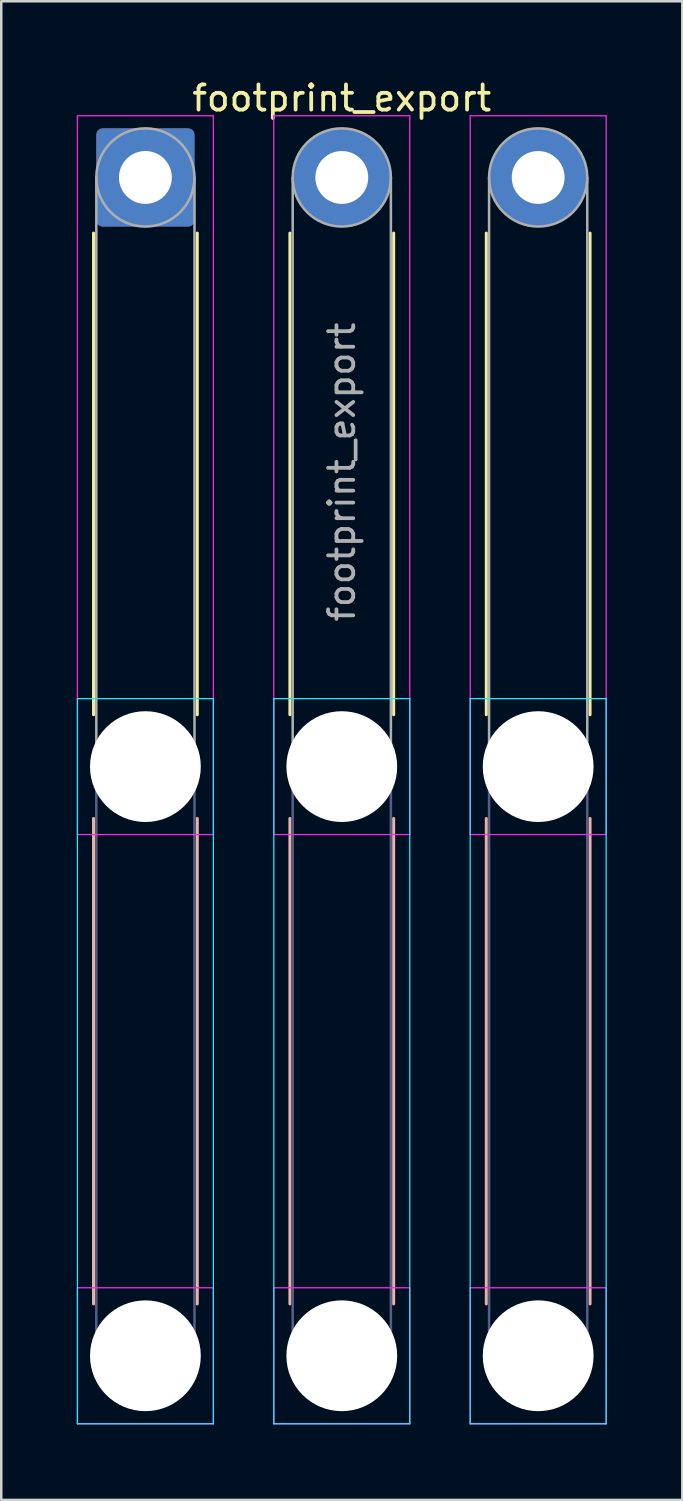
<source format=kicad_pcb>
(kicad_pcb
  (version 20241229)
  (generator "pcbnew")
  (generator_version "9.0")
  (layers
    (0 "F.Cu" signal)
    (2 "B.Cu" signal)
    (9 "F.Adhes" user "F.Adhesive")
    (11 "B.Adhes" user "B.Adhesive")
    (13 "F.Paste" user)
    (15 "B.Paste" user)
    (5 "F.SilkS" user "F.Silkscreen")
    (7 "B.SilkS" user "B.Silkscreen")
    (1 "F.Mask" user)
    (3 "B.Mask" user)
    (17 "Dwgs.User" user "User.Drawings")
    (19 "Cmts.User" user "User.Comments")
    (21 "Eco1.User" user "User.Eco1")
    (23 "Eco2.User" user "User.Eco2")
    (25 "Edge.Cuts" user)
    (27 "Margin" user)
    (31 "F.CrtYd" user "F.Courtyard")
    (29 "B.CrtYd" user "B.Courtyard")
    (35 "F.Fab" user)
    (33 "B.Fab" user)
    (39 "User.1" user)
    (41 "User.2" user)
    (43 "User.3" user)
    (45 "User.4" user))
  (footprint "footprint_export"
    (layer "F.Cu")
    (at 2.725 3.998)
    (property "Reference" "footprint_export" (at 7.8 -3.15 0) (layer "F.SilkS") (effects (font (size 1 1) (thickness 0.15))))
    (attr exclude_from_pos_files exclude_from_bom)
    (fp_line (start -2.06 2.21) (end -2.06 21.34) (stroke (width 0.12) (type solid)) (layer "F.SilkS"))
    (fp_line (start 2.06 2.21) (end 2.06 21.34) (stroke (width 0.12) (type solid)) (layer "F.SilkS"))
    (fp_line (start 5.74 2.21) (end 5.74 21.34) (stroke (width 0.12) (type solid)) (layer "F.SilkS"))
    (fp_line (start 9.86 2.21) (end 9.86 21.34) (stroke (width 0.12) (type solid)) (layer "F.SilkS"))
    (fp_line (start 13.54 2.21) (end 13.54 21.34) (stroke (width 0.12) (type solid)) (layer "F.SilkS"))
    (fp_line (start 17.66 2.21) (end 17.66 21.34) (stroke (width 0.12) (type solid)) (layer "F.SilkS"))
    (fp_line (start -2.06 25.46) (end -2.06 44.74) (stroke (width 0.12) (type solid)) (layer "B.SilkS"))
    (fp_line (start 2.06 25.46) (end 2.06 44.74) (stroke (width 0.12) (type solid)) (layer "B.SilkS"))
    (fp_line (start 5.74 25.46) (end 5.74 44.74) (stroke (width 0.12) (type solid)) (layer "B.SilkS"))
    (fp_line (start 9.86 25.46) (end 9.86 44.74) (stroke (width 0.12) (type solid)) (layer "B.SilkS"))
    (fp_line (start 13.54 25.46) (end 13.54 44.74) (stroke (width 0.12) (type solid)) (layer "B.SilkS"))
    (fp_line (start 17.66 25.46) (end 17.66 44.74) (stroke (width 0.12) (type solid)) (layer "B.SilkS"))
    (fp_line (start -2.7 20.7) (end -2.7 49.5) (stroke (width 0.05) (type solid)) (layer "B.CrtYd"))
    (fp_line (start -2.7 49.5) (end 2.7 49.5) (stroke (width 0.05) (type solid)) (layer "B.CrtYd"))
    (fp_line (start 2.7 20.7) (end -2.7 20.7) (stroke (width 0.05) (type solid)) (layer "B.CrtYd"))
    (fp_line (start 2.7 49.5) (end 2.7 20.7) (stroke (width 0.05) (type solid)) (layer "B.CrtYd"))
    (fp_line (start 5.1 20.7) (end 5.1 49.5) (stroke (width 0.05) (type solid)) (layer "B.CrtYd"))
    (fp_line (start 5.1 49.5) (end 10.5 49.5) (stroke (width 0.05) (type solid)) (layer "B.CrtYd"))
    (fp_line (start 10.5 20.7) (end 5.1 20.7) (stroke (width 0.05) (type solid)) (layer "B.CrtYd"))
    (fp_line (start 10.5 49.5) (end 10.5 20.7) (stroke (width 0.05) (type solid)) (layer "B.CrtYd"))
    (fp_line (start 12.9 20.7) (end 12.9 49.5) (stroke (width 0.05) (type solid)) (layer "B.CrtYd"))
    (fp_line (start 12.9 49.5) (end 18.3 49.5) (stroke (width 0.05) (type solid)) (layer "B.CrtYd"))
    (fp_line (start 18.3 20.7) (end 12.9 20.7) (stroke (width 0.05) (type solid)) (layer "B.CrtYd"))
    (fp_line (start 18.3 49.5) (end 18.3 20.7) (stroke (width 0.05) (type solid)) (layer "B.CrtYd"))
    (fp_line (start -2.7 -2.45) (end -2.7 26.1) (stroke (width 0.05) (type solid)) (layer "F.CrtYd"))
    (fp_line (start -2.7 26.1) (end 2.7 26.1) (stroke (width 0.05) (type solid)) (layer "F.CrtYd"))
    (fp_line (start -2.7 44.1) (end -2.7 49.5) (stroke (width 0.05) (type solid)) (layer "F.CrtYd"))
    (fp_line (start -2.7 49.5) (end 2.7 49.5) (stroke (width 0.05) (type solid)) (layer "F.CrtYd"))
    (fp_line (start 2.7 -2.45) (end -2.7 -2.45) (stroke (width 0.05) (type solid)) (layer "F.CrtYd"))
    (fp_line (start 2.7 26.1) (end 2.7 -2.45) (stroke (width 0.05) (type solid)) (layer "F.CrtYd"))
    (fp_line (start 2.7 44.1) (end -2.7 44.1) (stroke (width 0.05) (type solid)) (layer "F.CrtYd"))
    (fp_line (start 2.7 49.5) (end 2.7 44.1) (stroke (width 0.05) (type solid)) (layer "F.CrtYd"))
    (fp_line (start 5.1 -2.45) (end 5.1 26.1) (stroke (width 0.05) (type solid)) (layer "F.CrtYd"))
    (fp_line (start 5.1 26.1) (end 10.5 26.1) (stroke (width 0.05) (type solid)) (layer "F.CrtYd"))
    (fp_line (start 5.1 44.1) (end 5.1 49.5) (stroke (width 0.05) (type solid)) (layer "F.CrtYd"))
    (fp_line (start 5.1 49.5) (end 10.5 49.5) (stroke (width 0.05) (type solid)) (layer "F.CrtYd"))
    (fp_line (start 10.5 -2.45) (end 5.1 -2.45) (stroke (width 0.05) (type solid)) (layer "F.CrtYd"))
    (fp_line (start 10.5 26.1) (end 10.5 -2.45) (stroke (width 0.05) (type solid)) (layer "F.CrtYd"))
    (fp_line (start 10.5 44.1) (end 5.1 44.1) (stroke (width 0.05) (type solid)) (layer "F.CrtYd"))
    (fp_line (start 10.5 49.5) (end 10.5 44.1) (stroke (width 0.05) (type solid)) (layer "F.CrtYd"))
    (fp_line (start 12.9 -2.45) (end 12.9 26.1) (stroke (width 0.05) (type solid)) (layer "F.CrtYd"))
    (fp_line (start 12.9 26.1) (end 18.3 26.1) (stroke (width 0.05) (type solid)) (layer "F.CrtYd"))
    (fp_line (start 12.9 44.1) (end 12.9 49.5) (stroke (width 0.05) (type solid)) (layer "F.CrtYd"))
    (fp_line (start 12.9 49.5) (end 18.3 49.5) (stroke (width 0.05) (type solid)) (layer "F.CrtYd"))
    (fp_line (start 18.3 -2.45) (end 12.9 -2.45) (stroke (width 0.05) (type solid)) (layer "F.CrtYd"))
    (fp_line (start 18.3 26.1) (end 18.3 -2.45) (stroke (width 0.05) (type solid)) (layer "F.CrtYd"))
    (fp_line (start 18.3 44.1) (end 12.9 44.1) (stroke (width 0.05) (type solid)) (layer "F.CrtYd"))
    (fp_line (start 18.3 49.5) (end 18.3 44.1) (stroke (width 0.05) (type solid)) (layer "F.CrtYd"))
    (fp_line (start -1.95 23.4) (end -1.95 46.8) (stroke (width 0.1) (type solid)) (layer "B.Fab"))
    (fp_line (start 1.95 23.4) (end 1.95 46.8) (stroke (width 0.1) (type solid)) (layer "B.Fab"))
    (fp_line (start 5.85 23.4) (end 5.85 46.8) (stroke (width 0.1) (type solid)) (layer "B.Fab"))
    (fp_line (start 9.75 23.4) (end 9.75 46.8) (stroke (width 0.1) (type solid)) (layer "B.Fab"))
    (fp_line (start 13.65 23.4) (end 13.65 46.8) (stroke (width 0.1) (type solid)) (layer "B.Fab"))
    (fp_line (start 17.55 23.4) (end 17.55 46.8) (stroke (width 0.1) (type solid)) (layer "B.Fab"))
    (fp_circle (center 0 23.4) (end 1.95 23.4) (stroke (width 0.1) (type solid)) (fill no) (layer "B.Fab"))
    (fp_circle (center 0 46.8) (end 1.95 46.8) (stroke (width 0.1) (type solid)) (fill no) (layer "B.Fab"))
    (fp_circle (center 7.8 23.4) (end 9.75 23.4) (stroke (width 0.1) (type solid)) (fill no) (layer "B.Fab"))
    (fp_circle (center 7.8 46.8) (end 9.75 46.8) (stroke (width 0.1) (type solid)) (fill no) (layer "B.Fab"))
    (fp_circle (center 15.6 23.4) (end 17.55 23.4) (stroke (width 0.1) (type solid)) (fill no) (layer "B.Fab"))
    (fp_circle (center 15.6 46.8) (end 17.55 46.8) (stroke (width 0.1) (type solid)) (fill no) (layer "B.Fab"))
    (fp_line (start -1.95 0) (end -1.95 23.4) (stroke (width 0.1) (type solid)) (layer "F.Fab"))
    (fp_line (start 1.95 0) (end 1.95 23.4) (stroke (width 0.1) (type solid)) (layer "F.Fab"))
    (fp_line (start 5.85 0) (end 5.85 23.4) (stroke (width 0.1) (type solid)) (layer "F.Fab"))
    (fp_line (start 9.75 0) (end 9.75 23.4) (stroke (width 0.1) (type solid)) (layer "F.Fab"))
    (fp_line (start 13.65 0) (end 13.65 23.4) (stroke (width 0.1) (type solid)) (layer "F.Fab"))
    (fp_line (start 17.55 0) (end 17.55 23.4) (stroke (width 0.1) (type solid)) (layer "F.Fab"))
    (fp_circle (center 0 0) (end 1.95 0) (stroke (width 0.1) (type solid)) (fill no) (layer "F.Fab"))
    (fp_circle (center 0 23.4) (end 1.95 23.4) (stroke (width 0.1) (type solid)) (fill no) (layer "F.Fab"))
    (fp_circle (center 0 46.8) (end 1.95 46.8) (stroke (width 0.1) (type solid)) (fill no) (layer "F.Fab"))
    (fp_circle (center 7.8 0) (end 9.75 0) (stroke (width 0.1) (type solid)) (fill no) (layer "F.Fab"))
    (fp_circle (center 7.8 23.4) (end 9.75 23.4) (stroke (width 0.1) (type solid)) (fill no) (layer "F.Fab"))
    (fp_circle (center 7.8 46.8) (end 9.75 46.8) (stroke (width 0.1) (type solid)) (fill no) (layer "F.Fab"))
    (fp_circle (center 15.6 0) (end 17.55 0) (stroke (width 0.1) (type solid)) (fill no) (layer "F.Fab"))
    (fp_circle (center 15.6 23.4) (end 17.55 23.4) (stroke (width 0.1) (type solid)) (fill no) (layer "F.Fab"))
    (fp_circle (center 15.6 46.8) (end 17.55 46.8) (stroke (width 0.1) (type solid)) (fill no) (layer "F.Fab"))
    (fp_text user "${REFERENCE}" (at 7.8 11.7 90) (layer "F.Fab") (effects (font (size 1 1) (thickness 0.15))))
    (pad "" np_thru_hole circle (at 0 23.4) (size 4.4 4.4) (drill 4.4) (layers "*.Cu" "*.Mask"))
    (pad "" np_thru_hole circle (at 0 46.8) (size 4.4 4.4) (drill 4.4) (layers "*.Cu" "*.Mask"))
    (pad "" np_thru_hole circle (at 7.8 23.4) (size 4.4 4.4) (drill 4.4) (layers "*.Cu" "*.Mask"))
    (pad "" np_thru_hole circle (at 7.8 46.8) (size 4.4 4.4) (drill 4.4) (layers "*.Cu" "*.Mask"))
    (pad "" np_thru_hole circle (at 15.6 23.4) (size 4.4 4.4) (drill 4.4) (layers "*.Cu" "*.Mask"))
    (pad "" np_thru_hole circle (at 15.6 46.8) (size 4.4 4.4) (drill 4.4) (layers "*.Cu" "*.Mask"))
    (pad "1" thru_hole roundrect (at 0 0) (size 3.9 3.9) (drill 2.1) (layers "*.Cu" "*.Mask") (roundrect_rratio 0.064))
    (pad "2" thru_hole circle (at 7.8 0) (size 3.9 3.9) (drill 2.1) (layers "*.Cu" "*.Mask"))
    (pad "3" thru_hole circle (at 15.6 0) (size 3.9 3.9) (drill 2.1) (layers "*.Cu" "*.Mask")))
  (gr_rect
    (start -3 -3)
    (end 24.05 56.523)
    (stroke (width 0.1) (type default))
    (fill no)
    (layer "Edge.Cuts")))
</source>
